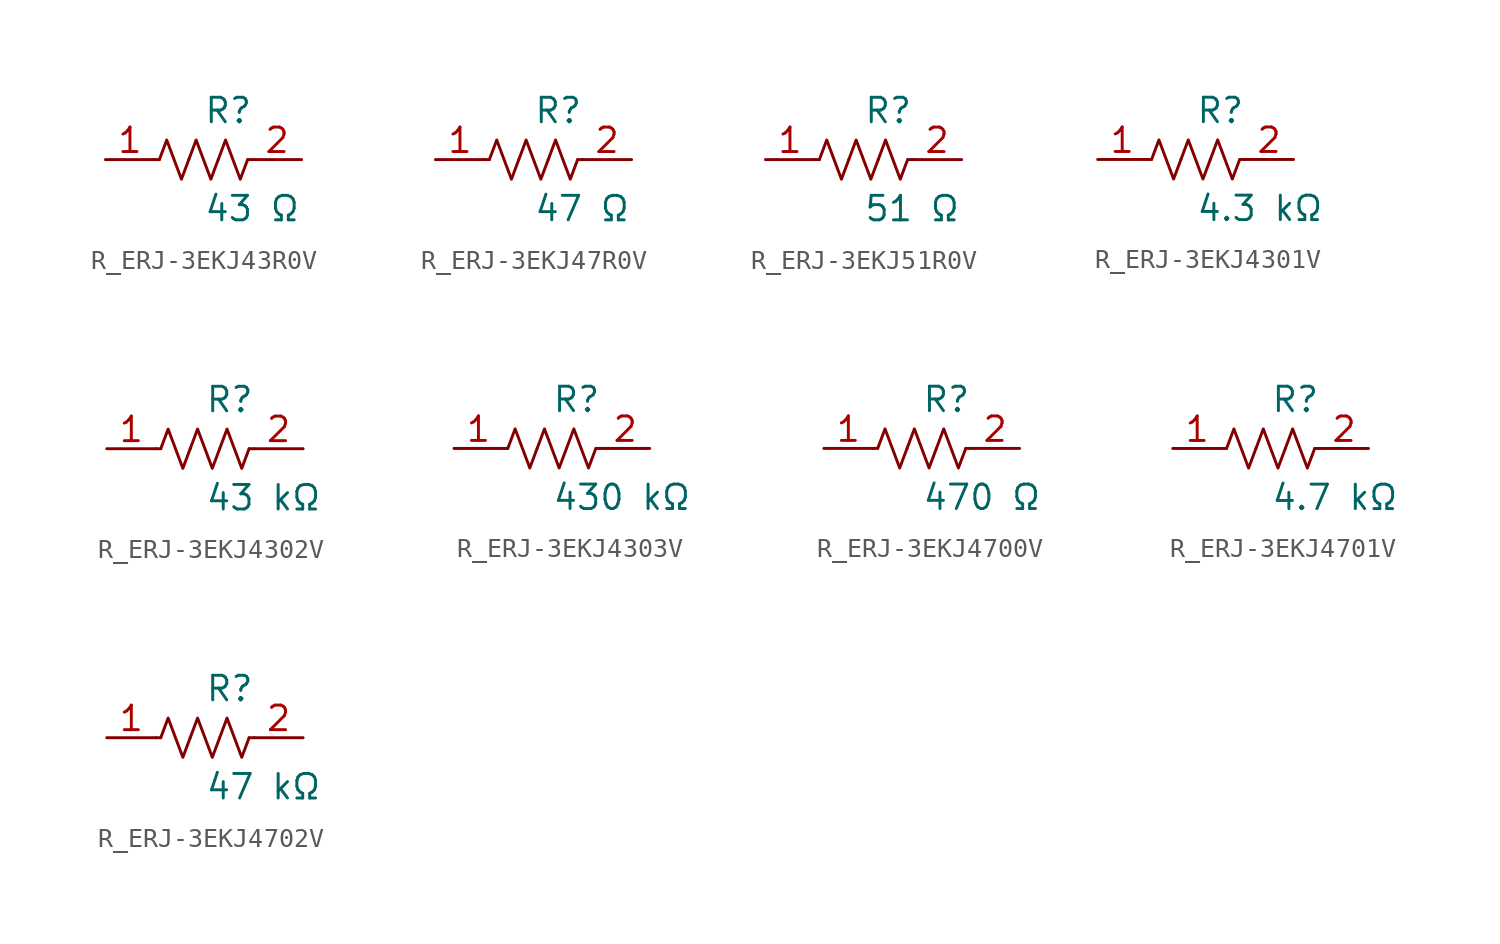
<source format=kicad_sym>
(kicad_symbol_lib
  (version 20231120)
  (generator "kicad_symbol_editor")
  (generator_version "8.0")
  (symbol "R_ERJ-3EKJ43R0V"
    (pin_names
      (offset 0.254))
    (property "Reference" "R"
      (at 0 2.54 0)
      (effects (font (size 1.27 1.27)) (justify left)))
    (property "Value" "43 Ω"
      (at 0 -2.54 0)
      (effects (font (size 1.27 1.27)) (justify left)))
    (symbol "R_ERJ-3EKJ43R0V_0_1"
      (polyline (pts (xy 2.286 0) (xy 2.54 0)) (stroke (width 0) (type default)) (fill (type none)))
      (polyline (pts (xy -2.286 0) (xy -2.54 0)) (stroke (width 0) (type default)) (fill (type none)))
      (polyline (pts (xy 0.762 0) (xy 1.143 1.016) (xy 1.524 0) (xy 1.905 -1.016) (xy 2.286 0)) (stroke (width 0) (type default)) (fill (type none)))
      (polyline (pts (xy -0.762 0) (xy -0.381 1.016) (xy 0 0) (xy 0.381 -1.016) (xy 0.762 0)) (stroke (width 0) (type default)) (fill (type none)))
      (polyline (pts (xy -2.286 0) (xy -1.905 1.016) (xy -1.524 0) (xy -1.143 -1.016) (xy -0.762 0)) (stroke (width 0) (type default)) (fill (type none))))
    (pin unspecified line
      (at -5.08 0 0)
      (length 2.54)
      (name "" (effects (font (size 1.27 1.27))))
      (number "1" (effects (font (size 1.27 1.27)))))
    (pin unspecified line
      (at 5.08 0 180)
      (length 2.54)
      (name "" (effects (font (size 1.27 1.27))))
      (number "2" (effects (font (size 1.27 1.27))))))
  (symbol "R_ERJ-3EKJ47R0V"
    (pin_names
      (offset 0.254))
    (property "Reference" "R"
      (at 0 2.54 0)
      (effects (font (size 1.27 1.27)) (justify left)))
    (property "Value" "47 Ω"
      (at 0 -2.54 0)
      (effects (font (size 1.27 1.27)) (justify left)))
    (symbol "R_ERJ-3EKJ47R0V_0_1"
      (polyline (pts (xy 2.286 0) (xy 2.54 0)) (stroke (width 0) (type default)) (fill (type none)))
      (polyline (pts (xy -2.286 0) (xy -2.54 0)) (stroke (width 0) (type default)) (fill (type none)))
      (polyline (pts (xy 0.762 0) (xy 1.143 1.016) (xy 1.524 0) (xy 1.905 -1.016) (xy 2.286 0)) (stroke (width 0) (type default)) (fill (type none)))
      (polyline (pts (xy -0.762 0) (xy -0.381 1.016) (xy 0 0) (xy 0.381 -1.016) (xy 0.762 0)) (stroke (width 0) (type default)) (fill (type none)))
      (polyline (pts (xy -2.286 0) (xy -1.905 1.016) (xy -1.524 0) (xy -1.143 -1.016) (xy -0.762 0)) (stroke (width 0) (type default)) (fill (type none))))
    (pin unspecified line
      (at -5.08 0 0)
      (length 2.54)
      (name "" (effects (font (size 1.27 1.27))))
      (number "1" (effects (font (size 1.27 1.27)))))
    (pin unspecified line
      (at 5.08 0 180)
      (length 2.54)
      (name "" (effects (font (size 1.27 1.27))))
      (number "2" (effects (font (size 1.27 1.27))))))
  (symbol "R_ERJ-3EKJ51R0V"
    (pin_names
      (offset 0.254))
    (property "Reference" "R"
      (at 0 2.54 0)
      (effects (font (size 1.27 1.27)) (justify left)))
    (property "Value" "51 Ω"
      (at 0 -2.54 0)
      (effects (font (size 1.27 1.27)) (justify left)))
    (symbol "R_ERJ-3EKJ51R0V_0_1"
      (polyline (pts (xy 2.286 0) (xy 2.54 0)) (stroke (width 0) (type default)) (fill (type none)))
      (polyline (pts (xy -2.286 0) (xy -2.54 0)) (stroke (width 0) (type default)) (fill (type none)))
      (polyline (pts (xy 0.762 0) (xy 1.143 1.016) (xy 1.524 0) (xy 1.905 -1.016) (xy 2.286 0)) (stroke (width 0) (type default)) (fill (type none)))
      (polyline (pts (xy -0.762 0) (xy -0.381 1.016) (xy 0 0) (xy 0.381 -1.016) (xy 0.762 0)) (stroke (width 0) (type default)) (fill (type none)))
      (polyline (pts (xy -2.286 0) (xy -1.905 1.016) (xy -1.524 0) (xy -1.143 -1.016) (xy -0.762 0)) (stroke (width 0) (type default)) (fill (type none))))
    (pin unspecified line
      (at -5.08 0 0)
      (length 2.54)
      (name "" (effects (font (size 1.27 1.27))))
      (number "1" (effects (font (size 1.27 1.27)))))
    (pin unspecified line
      (at 5.08 0 180)
      (length 2.54)
      (name "" (effects (font (size 1.27 1.27))))
      (number "2" (effects (font (size 1.27 1.27))))))
  (symbol "R_ERJ-3EKJ4301V"
    (pin_names
      (offset 0.254))
    (property "Reference" "R"
      (at 0 2.54 0)
      (effects (font (size 1.27 1.27)) (justify left)))
    (property "Value" "4.3 kΩ"
      (at 0 -2.54 0)
      (effects (font (size 1.27 1.27)) (justify left)))
    (symbol "R_ERJ-3EKJ4301V_0_1"
      (polyline (pts (xy 2.286 0) (xy 2.54 0)) (stroke (width 0) (type default)) (fill (type none)))
      (polyline (pts (xy -2.286 0) (xy -2.54 0)) (stroke (width 0) (type default)) (fill (type none)))
      (polyline (pts (xy 0.762 0) (xy 1.143 1.016) (xy 1.524 0) (xy 1.905 -1.016) (xy 2.286 0)) (stroke (width 0) (type default)) (fill (type none)))
      (polyline (pts (xy -0.762 0) (xy -0.381 1.016) (xy 0 0) (xy 0.381 -1.016) (xy 0.762 0)) (stroke (width 0) (type default)) (fill (type none)))
      (polyline (pts (xy -2.286 0) (xy -1.905 1.016) (xy -1.524 0) (xy -1.143 -1.016) (xy -0.762 0)) (stroke (width 0) (type default)) (fill (type none))))
    (pin unspecified line
      (at -5.08 0 0)
      (length 2.54)
      (name "" (effects (font (size 1.27 1.27))))
      (number "1" (effects (font (size 1.27 1.27)))))
    (pin unspecified line
      (at 5.08 0 180)
      (length 2.54)
      (name "" (effects (font (size 1.27 1.27))))
      (number "2" (effects (font (size 1.27 1.27))))))
  (symbol "R_ERJ-3EKJ4302V"
    (pin_names
      (offset 0.254))
    (property "Reference" "R"
      (at 0 2.54 0)
      (effects (font (size 1.27 1.27)) (justify left)))
    (property "Value" "43 kΩ"
      (at 0 -2.54 0)
      (effects (font (size 1.27 1.27)) (justify left)))
    (symbol "R_ERJ-3EKJ4302V_0_1"
      (polyline (pts (xy 2.286 0) (xy 2.54 0)) (stroke (width 0) (type default)) (fill (type none)))
      (polyline (pts (xy -2.286 0) (xy -2.54 0)) (stroke (width 0) (type default)) (fill (type none)))
      (polyline (pts (xy 0.762 0) (xy 1.143 1.016) (xy 1.524 0) (xy 1.905 -1.016) (xy 2.286 0)) (stroke (width 0) (type default)) (fill (type none)))
      (polyline (pts (xy -0.762 0) (xy -0.381 1.016) (xy 0 0) (xy 0.381 -1.016) (xy 0.762 0)) (stroke (width 0) (type default)) (fill (type none)))
      (polyline (pts (xy -2.286 0) (xy -1.905 1.016) (xy -1.524 0) (xy -1.143 -1.016) (xy -0.762 0)) (stroke (width 0) (type default)) (fill (type none))))
    (pin unspecified line
      (at -5.08 0 0)
      (length 2.54)
      (name "" (effects (font (size 1.27 1.27))))
      (number "1" (effects (font (size 1.27 1.27)))))
    (pin unspecified line
      (at 5.08 0 180)
      (length 2.54)
      (name "" (effects (font (size 1.27 1.27))))
      (number "2" (effects (font (size 1.27 1.27))))))
  (symbol "R_ERJ-3EKJ4303V"
    (pin_names
      (offset 0.254))
    (property "Reference" "R"
      (at 0 2.54 0)
      (effects (font (size 1.27 1.27)) (justify left)))
    (property "Value" "430 kΩ"
      (at 0 -2.54 0)
      (effects (font (size 1.27 1.27)) (justify left)))
    (symbol "R_ERJ-3EKJ4303V_0_1"
      (polyline (pts (xy 2.286 0) (xy 2.54 0)) (stroke (width 0) (type default)) (fill (type none)))
      (polyline (pts (xy -2.286 0) (xy -2.54 0)) (stroke (width 0) (type default)) (fill (type none)))
      (polyline (pts (xy 0.762 0) (xy 1.143 1.016) (xy 1.524 0) (xy 1.905 -1.016) (xy 2.286 0)) (stroke (width 0) (type default)) (fill (type none)))
      (polyline (pts (xy -0.762 0) (xy -0.381 1.016) (xy 0 0) (xy 0.381 -1.016) (xy 0.762 0)) (stroke (width 0) (type default)) (fill (type none)))
      (polyline (pts (xy -2.286 0) (xy -1.905 1.016) (xy -1.524 0) (xy -1.143 -1.016) (xy -0.762 0)) (stroke (width 0) (type default)) (fill (type none))))
    (pin unspecified line
      (at -5.08 0 0)
      (length 2.54)
      (name "" (effects (font (size 1.27 1.27))))
      (number "1" (effects (font (size 1.27 1.27)))))
    (pin unspecified line
      (at 5.08 0 180)
      (length 2.54)
      (name "" (effects (font (size 1.27 1.27))))
      (number "2" (effects (font (size 1.27 1.27))))))
  (symbol "R_ERJ-3EKJ4700V"
    (pin_names
      (offset 0.254))
    (property "Reference" "R"
      (at 0 2.54 0)
      (effects (font (size 1.27 1.27)) (justify left)))
    (property "Value" "470 Ω"
      (at 0 -2.54 0)
      (effects (font (size 1.27 1.27)) (justify left)))
    (symbol "R_ERJ-3EKJ4700V_0_1"
      (polyline (pts (xy 2.286 0) (xy 2.54 0)) (stroke (width 0) (type default)) (fill (type none)))
      (polyline (pts (xy -2.286 0) (xy -2.54 0)) (stroke (width 0) (type default)) (fill (type none)))
      (polyline (pts (xy 0.762 0) (xy 1.143 1.016) (xy 1.524 0) (xy 1.905 -1.016) (xy 2.286 0)) (stroke (width 0) (type default)) (fill (type none)))
      (polyline (pts (xy -0.762 0) (xy -0.381 1.016) (xy 0 0) (xy 0.381 -1.016) (xy 0.762 0)) (stroke (width 0) (type default)) (fill (type none)))
      (polyline (pts (xy -2.286 0) (xy -1.905 1.016) (xy -1.524 0) (xy -1.143 -1.016) (xy -0.762 0)) (stroke (width 0) (type default)) (fill (type none))))
    (pin unspecified line
      (at -5.08 0 0)
      (length 2.54)
      (name "" (effects (font (size 1.27 1.27))))
      (number "1" (effects (font (size 1.27 1.27)))))
    (pin unspecified line
      (at 5.08 0 180)
      (length 2.54)
      (name "" (effects (font (size 1.27 1.27))))
      (number "2" (effects (font (size 1.27 1.27))))))
  (symbol "R_ERJ-3EKJ4701V"
    (pin_names
      (offset 0.254))
    (property "Reference" "R"
      (at 0 2.54 0)
      (effects (font (size 1.27 1.27)) (justify left)))
    (property "Value" "4.7 kΩ"
      (at 0 -2.54 0)
      (effects (font (size 1.27 1.27)) (justify left)))
    (symbol "R_ERJ-3EKJ4701V_0_1"
      (polyline (pts (xy 2.286 0) (xy 2.54 0)) (stroke (width 0) (type default)) (fill (type none)))
      (polyline (pts (xy -2.286 0) (xy -2.54 0)) (stroke (width 0) (type default)) (fill (type none)))
      (polyline (pts (xy 0.762 0) (xy 1.143 1.016) (xy 1.524 0) (xy 1.905 -1.016) (xy 2.286 0)) (stroke (width 0) (type default)) (fill (type none)))
      (polyline (pts (xy -0.762 0) (xy -0.381 1.016) (xy 0 0) (xy 0.381 -1.016) (xy 0.762 0)) (stroke (width 0) (type default)) (fill (type none)))
      (polyline (pts (xy -2.286 0) (xy -1.905 1.016) (xy -1.524 0) (xy -1.143 -1.016) (xy -0.762 0)) (stroke (width 0) (type default)) (fill (type none))))
    (pin unspecified line
      (at -5.08 0 0)
      (length 2.54)
      (name "" (effects (font (size 1.27 1.27))))
      (number "1" (effects (font (size 1.27 1.27)))))
    (pin unspecified line
      (at 5.08 0 180)
      (length 2.54)
      (name "" (effects (font (size 1.27 1.27))))
      (number "2" (effects (font (size 1.27 1.27))))))
  (symbol "R_ERJ-3EKJ4702V"
    (pin_names
      (offset 0.254))
    (property "Reference" "R"
      (at 0 2.54 0)
      (effects (font (size 1.27 1.27)) (justify left)))
    (property "Value" "47 kΩ"
      (at 0 -2.54 0)
      (effects (font (size 1.27 1.27)) (justify left)))
    (symbol "R_ERJ-3EKJ4702V_0_1"
      (polyline (pts (xy 2.286 0) (xy 2.54 0)) (stroke (width 0) (type default)) (fill (type none)))
      (polyline (pts (xy -2.286 0) (xy -2.54 0)) (stroke (width 0) (type default)) (fill (type none)))
      (polyline (pts (xy 0.762 0) (xy 1.143 1.016) (xy 1.524 0) (xy 1.905 -1.016) (xy 2.286 0)) (stroke (width 0) (type default)) (fill (type none)))
      (polyline (pts (xy -0.762 0) (xy -0.381 1.016) (xy 0 0) (xy 0.381 -1.016) (xy 0.762 0)) (stroke (width 0) (type default)) (fill (type none)))
      (polyline (pts (xy -2.286 0) (xy -1.905 1.016) (xy -1.524 0) (xy -1.143 -1.016) (xy -0.762 0)) (stroke (width 0) (type default)) (fill (type none))))
    (pin unspecified line
      (at -5.08 0 0)
      (length 2.54)
      (name "" (effects (font (size 1.27 1.27))))
      (number "1" (effects (font (size 1.27 1.27)))))
    (pin unspecified line
      (at 5.08 0 180)
      (length 2.54)
      (name "" (effects (font (size 1.27 1.27))))
      (number "2" (effects (font (size 1.27 1.27)))))))
</source>
